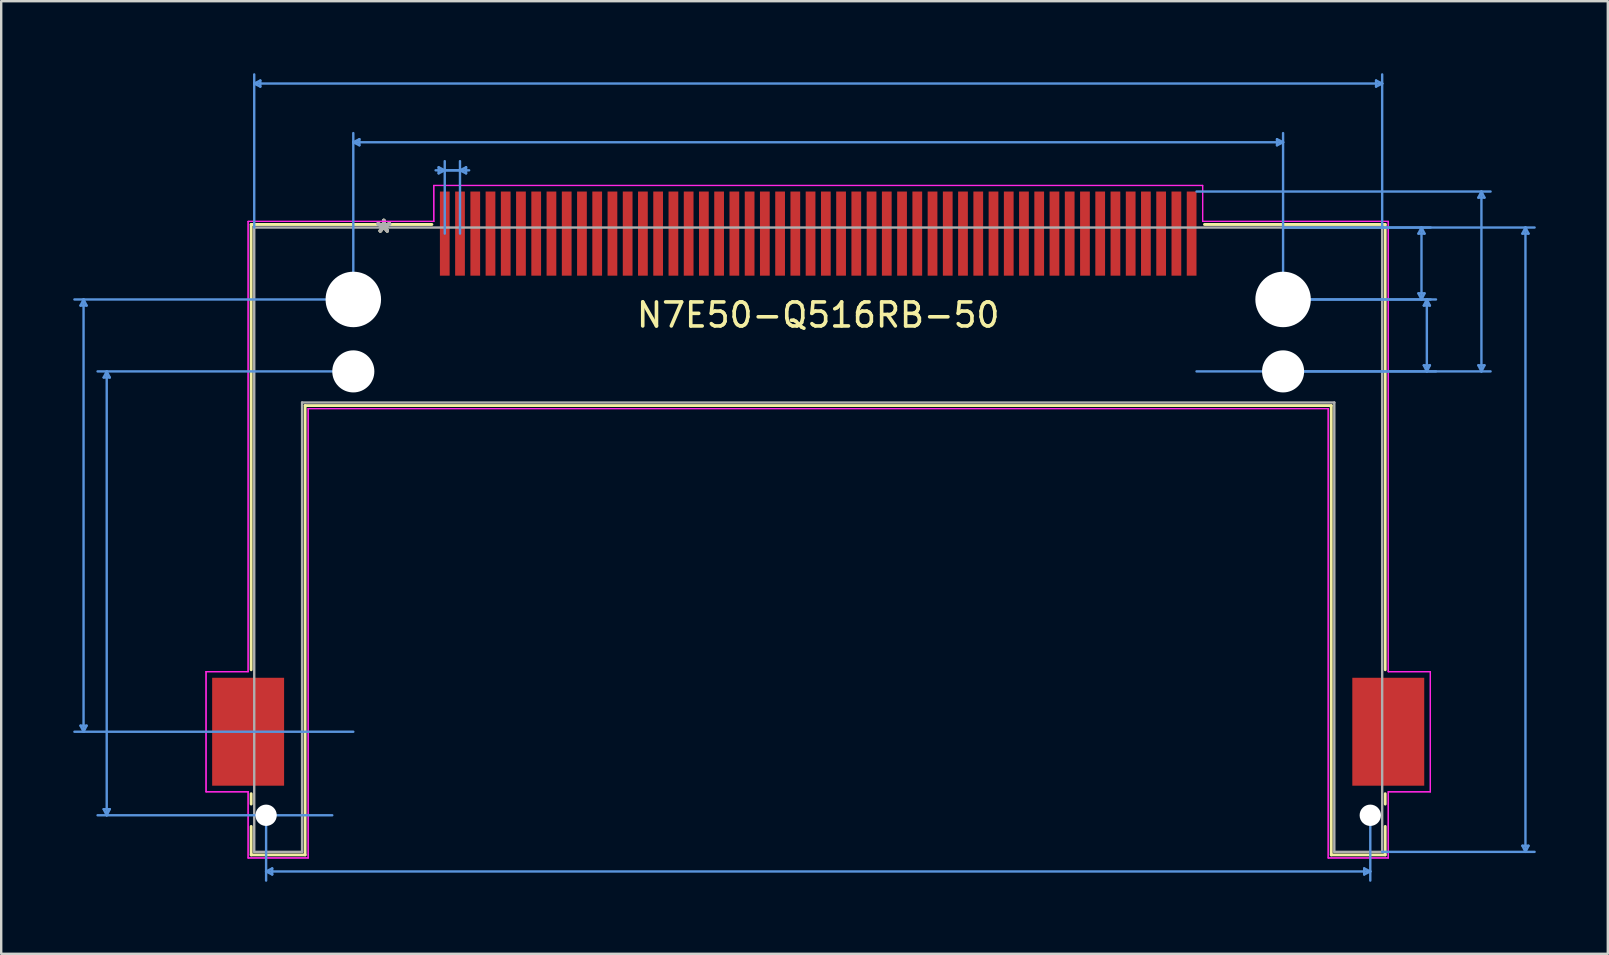
<source format=kicad_pcb>
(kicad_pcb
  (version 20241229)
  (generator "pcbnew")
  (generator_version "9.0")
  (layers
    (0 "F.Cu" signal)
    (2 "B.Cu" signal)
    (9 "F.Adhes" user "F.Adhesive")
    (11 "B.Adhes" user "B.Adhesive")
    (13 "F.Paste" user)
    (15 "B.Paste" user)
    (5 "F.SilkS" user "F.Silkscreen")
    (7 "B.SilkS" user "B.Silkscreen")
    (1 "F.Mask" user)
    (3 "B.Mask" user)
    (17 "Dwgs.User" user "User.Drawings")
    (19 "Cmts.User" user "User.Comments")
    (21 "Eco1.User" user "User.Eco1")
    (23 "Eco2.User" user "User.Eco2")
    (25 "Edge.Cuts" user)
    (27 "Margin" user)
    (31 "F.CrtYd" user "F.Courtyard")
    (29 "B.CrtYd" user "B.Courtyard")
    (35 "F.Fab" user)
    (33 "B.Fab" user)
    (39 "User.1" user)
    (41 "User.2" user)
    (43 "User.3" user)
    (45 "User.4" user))
  (footprint "N7E50-Q516RB-50"
    (layer "F.Cu")
    (at 31.036 10.073)
    (property "Reference" "N7E50-Q516RB-50" (at 0 0 0) (layer "F.SilkS") (effects (font (size 1 1) (thickness 0.15))))
    (attr through_hole)
    (fp_line (start -23.622 -3.772) (end -23.622 14.78) (stroke (width 0.12) (type solid)) (layer "F.SilkS"))
    (fp_line (start -23.622 19.942) (end -23.622 20.375) (stroke (width 0.12) (type solid)) (layer "F.SilkS"))
    (fp_line (start -23.622 21.306) (end -23.622 22.492) (stroke (width 0.12) (type solid)) (layer "F.SilkS"))
    (fp_line (start -23.622 22.492) (end -21.374 22.492) (stroke (width 0.12) (type solid)) (layer "F.SilkS"))
    (fp_line (start -21.374 3.772) (end 21.374 3.772) (stroke (width 0.12) (type solid)) (layer "F.SilkS"))
    (fp_line (start -21.374 22.492) (end -21.374 3.772) (stroke (width 0.12) (type solid)) (layer "F.SilkS"))
    (fp_line (start -16.093 -3.772) (end -23.622 -3.772) (stroke (width 0.12) (type solid)) (layer "F.SilkS"))
    (fp_line (start 21.374 3.772) (end 21.374 22.492) (stroke (width 0.12) (type solid)) (layer "F.SilkS"))
    (fp_line (start 21.374 22.492) (end 23.622 22.492) (stroke (width 0.12) (type solid)) (layer "F.SilkS"))
    (fp_line (start 23.622 -3.772) (end 16.093 -3.772) (stroke (width 0.12) (type solid)) (layer "F.SilkS"))
    (fp_line (start 23.622 14.78) (end 23.622 -3.772) (stroke (width 0.12) (type solid)) (layer "F.SilkS"))
    (fp_line (start 23.622 20.375) (end 23.622 19.942) (stroke (width 0.12) (type solid)) (layer "F.SilkS"))
    (fp_line (start 23.622 22.492) (end 23.622 21.306) (stroke (width 0.12) (type solid)) (layer "F.SilkS"))
    (fp_line (start -30.732 17.107) (end -30.605 17.361) (stroke (width 0.1) (type solid)) (layer "Cmts.User"))
    (fp_line (start -30.732 -0.394) (end -30.605 -0.648) (stroke (width 0.1) (type solid)) (layer "Cmts.User"))
    (fp_line (start -30.732 -0.394) (end -30.478 -0.394) (stroke (width 0.1) (type solid)) (layer "Cmts.User"))
    (fp_line (start -30.605 17.361) (end -30.605 -0.648) (stroke (width 0.1) (type solid)) (layer "Cmts.User"))
    (fp_line (start -30.478 17.107) (end -30.732 17.107) (stroke (width 0.1) (type solid)) (layer "Cmts.User"))
    (fp_line (start -30.478 17.107) (end -30.605 17.361) (stroke (width 0.1) (type solid)) (layer "Cmts.User"))
    (fp_line (start -30.478 -0.394) (end -30.605 -0.648) (stroke (width 0.1) (type solid)) (layer "Cmts.User"))
    (fp_line (start -29.767 20.587) (end -29.64 20.841) (stroke (width 0.1) (type solid)) (layer "Cmts.User"))
    (fp_line (start -29.767 2.603) (end -29.64 2.349) (stroke (width 0.1) (type solid)) (layer "Cmts.User"))
    (fp_line (start -29.767 2.603) (end -29.513 2.603) (stroke (width 0.1) (type solid)) (layer "Cmts.User"))
    (fp_line (start -29.64 2.349) (end -29.64 20.841) (stroke (width 0.1) (type solid)) (layer "Cmts.User"))
    (fp_line (start -29.513 20.587) (end -29.767 20.587) (stroke (width 0.1) (type solid)) (layer "Cmts.User"))
    (fp_line (start -29.513 20.587) (end -29.64 20.841) (stroke (width 0.1) (type solid)) (layer "Cmts.User"))
    (fp_line (start -29.513 2.603) (end -29.64 2.349) (stroke (width 0.1) (type solid)) (layer "Cmts.User"))
    (fp_line (start -23.495 -3.645) (end -23.495 -10.023) (stroke (width 0.1) (type solid)) (layer "Cmts.User"))
    (fp_line (start -23.241 -9.515) (end -23.495 -9.642) (stroke (width 0.1) (type solid)) (layer "Cmts.User"))
    (fp_line (start -23.241 -9.515) (end -23.241 -9.769) (stroke (width 0.1) (type solid)) (layer "Cmts.User"))
    (fp_line (start -23.241 -9.769) (end -23.495 -9.642) (stroke (width 0.1) (type solid)) (layer "Cmts.User"))
    (fp_line (start -23 20.841) (end -23 23.562) (stroke (width 0.1) (type solid)) (layer "Cmts.User"))
    (fp_line (start -22.746 23.054) (end -23 23.181) (stroke (width 0.1) (type solid)) (layer "Cmts.User"))
    (fp_line (start -22.746 23.308) (end -23 23.181) (stroke (width 0.1) (type solid)) (layer "Cmts.User"))
    (fp_line (start -22.746 23.308) (end -22.746 23.054) (stroke (width 0.1) (type solid)) (layer "Cmts.User"))
    (fp_line (start -20.244 2.349) (end -30.021 2.349) (stroke (width 0.1) (type solid)) (layer "Cmts.User"))
    (fp_line (start -20.244 20.841) (end -30.021 20.841) (stroke (width 0.1) (type solid)) (layer "Cmts.User"))
    (fp_line (start -19.368 -7.197) (end 19.367 -7.197) (stroke (width 0.1) (type solid)) (layer "Cmts.User"))
    (fp_line (start -19.367 -0.648) (end -30.986 -0.648) (stroke (width 0.1) (type solid)) (layer "Cmts.User"))
    (fp_line (start -19.367 -0.648) (end -19.368 -7.578) (stroke (width 0.1) (type solid)) (layer "Cmts.User"))
    (fp_line (start -19.367 17.361) (end -30.986 17.361) (stroke (width 0.1) (type solid)) (layer "Cmts.User"))
    (fp_line (start -19.114 -7.07) (end -19.368 -7.197) (stroke (width 0.1) (type solid)) (layer "Cmts.User"))
    (fp_line (start -19.114 -7.07) (end -19.114 -7.324) (stroke (width 0.1) (type solid)) (layer "Cmts.User"))
    (fp_line (start -19.114 -7.324) (end -19.368 -7.197) (stroke (width 0.1) (type solid)) (layer "Cmts.User"))
    (fp_line (start -15.939 -6.028) (end -14.923 -6.028) (stroke (width 0.1) (type solid)) (layer "Cmts.User"))
    (fp_line (start -15.812 -5.901) (end -15.558 -6.028) (stroke (width 0.1) (type solid)) (layer "Cmts.User"))
    (fp_line (start -15.812 -6.155) (end -15.812 -5.901) (stroke (width 0.1) (type solid)) (layer "Cmts.User"))
    (fp_line (start -15.812 -6.155) (end -15.558 -6.028) (stroke (width 0.1) (type solid)) (layer "Cmts.User"))
    (fp_line (start -15.557 -3.391) (end -15.558 -6.409) (stroke (width 0.1) (type solid)) (layer "Cmts.User"))
    (fp_line (start -14.922 -3.391) (end -14.923 -6.409) (stroke (width 0.1) (type solid)) (layer "Cmts.User"))
    (fp_line (start -14.669 -6.155) (end -14.923 -6.028) (stroke (width 0.1) (type solid)) (layer "Cmts.User"))
    (fp_line (start -14.669 -5.901) (end -14.923 -6.028) (stroke (width 0.1) (type solid)) (layer "Cmts.User"))
    (fp_line (start -14.669 -5.901) (end -14.669 -6.155) (stroke (width 0.1) (type solid)) (layer "Cmts.User"))
    (fp_line (start -14.542 -6.028) (end -15.558 -6.028) (stroke (width 0.1) (type solid)) (layer "Cmts.User"))
    (fp_line (start 15.761 -5.144) (end 28.011 -5.144) (stroke (width 0.1) (type solid)) (layer "Cmts.User"))
    (fp_line (start 15.761 2.349) (end 28.011 2.349) (stroke (width 0.1) (type solid)) (layer "Cmts.User"))
    (fp_line (start 19.113 -7.07) (end 19.367 -7.197) (stroke (width 0.1) (type solid)) (layer "Cmts.User"))
    (fp_line (start 19.113 -7.324) (end 19.113 -7.07) (stroke (width 0.1) (type solid)) (layer "Cmts.User"))
    (fp_line (start 19.113 -7.324) (end 19.367 -7.197) (stroke (width 0.1) (type solid)) (layer "Cmts.User"))
    (fp_line (start 19.367 -3.645) (end 25.514 -3.645) (stroke (width 0.1) (type solid)) (layer "Cmts.User"))
    (fp_line (start 19.367 -0.648) (end 19.367 -7.578) (stroke (width 0.1) (type solid)) (layer "Cmts.User"))
    (fp_line (start 19.367 -0.648) (end 25.514 -0.648) (stroke (width 0.1) (type solid)) (layer "Cmts.User"))
    (fp_line (start 19.367 -0.648) (end 25.737 -0.648) (stroke (width 0.1) (type solid)) (layer "Cmts.User"))
    (fp_line (start 19.367 2.349) (end 25.737 2.349) (stroke (width 0.1) (type solid)) (layer "Cmts.User"))
    (fp_line (start 22.746 23.054) (end 22.746 23.308) (stroke (width 0.1) (type solid)) (layer "Cmts.User"))
    (fp_line (start 22.746 23.054) (end 23 23.181) (stroke (width 0.1) (type solid)) (layer "Cmts.User"))
    (fp_line (start 22.746 23.308) (end 23 23.181) (stroke (width 0.1) (type solid)) (layer "Cmts.User"))
    (fp_line (start 23 23.181) (end -23 23.181) (stroke (width 0.1) (type solid)) (layer "Cmts.User"))
    (fp_line (start 23 20.841) (end 23 23.562) (stroke (width 0.1) (type solid)) (layer "Cmts.User"))
    (fp_line (start 23.241 -9.515) (end 23.495 -9.642) (stroke (width 0.1) (type solid)) (layer "Cmts.User"))
    (fp_line (start 23.241 -9.769) (end 23.241 -9.515) (stroke (width 0.1) (type solid)) (layer "Cmts.User"))
    (fp_line (start 23.241 -9.769) (end 23.495 -9.642) (stroke (width 0.1) (type solid)) (layer "Cmts.User"))
    (fp_line (start 23.495 -9.642) (end -23.495 -9.642) (stroke (width 0.1) (type solid)) (layer "Cmts.User"))
    (fp_line (start 23.495 -3.645) (end 23.495 -10.023) (stroke (width 0.1) (type solid)) (layer "Cmts.User"))
    (fp_line (start 23.495 -3.645) (end 29.845 -3.645) (stroke (width 0.1) (type solid)) (layer "Cmts.User"))
    (fp_line (start 23.495 22.365) (end 29.845 22.365) (stroke (width 0.1) (type solid)) (layer "Cmts.User"))
    (fp_line (start 25.006 -0.902) (end 25.133 -0.648) (stroke (width 0.1) (type solid)) (layer "Cmts.User"))
    (fp_line (start 25.006 -3.391) (end 25.133 -3.645) (stroke (width 0.1) (type solid)) (layer "Cmts.User"))
    (fp_line (start 25.006 -3.391) (end 25.26 -3.391) (stroke (width 0.1) (type solid)) (layer "Cmts.User"))
    (fp_line (start 25.133 -0.648) (end 25.133 -3.645) (stroke (width 0.1) (type solid)) (layer "Cmts.User"))
    (fp_line (start 25.229 2.096) (end 25.356 2.349) (stroke (width 0.1) (type solid)) (layer "Cmts.User"))
    (fp_line (start 25.229 -0.394) (end 25.356 -0.648) (stroke (width 0.1) (type solid)) (layer "Cmts.User"))
    (fp_line (start 25.229 -0.394) (end 25.483 -0.394) (stroke (width 0.1) (type solid)) (layer "Cmts.User"))
    (fp_line (start 25.26 -0.902) (end 25.006 -0.902) (stroke (width 0.1) (type solid)) (layer "Cmts.User"))
    (fp_line (start 25.26 -0.902) (end 25.133 -0.648) (stroke (width 0.1) (type solid)) (layer "Cmts.User"))
    (fp_line (start 25.26 -3.391) (end 25.133 -3.645) (stroke (width 0.1) (type solid)) (layer "Cmts.User"))
    (fp_line (start 25.356 -0.648) (end 25.356 2.349) (stroke (width 0.1) (type solid)) (layer "Cmts.User"))
    (fp_line (start 25.483 2.096) (end 25.229 2.096) (stroke (width 0.1) (type solid)) (layer "Cmts.User"))
    (fp_line (start 25.483 2.096) (end 25.356 2.349) (stroke (width 0.1) (type solid)) (layer "Cmts.User"))
    (fp_line (start 25.483 -0.394) (end 25.356 -0.648) (stroke (width 0.1) (type solid)) (layer "Cmts.User"))
    (fp_line (start 27.503 2.096) (end 27.63 2.349) (stroke (width 0.1) (type solid)) (layer "Cmts.User"))
    (fp_line (start 27.503 -4.89) (end 27.63 -5.144) (stroke (width 0.1) (type solid)) (layer "Cmts.User"))
    (fp_line (start 27.503 -4.89) (end 27.757 -4.89) (stroke (width 0.1) (type solid)) (layer "Cmts.User"))
    (fp_line (start 27.63 -5.144) (end 27.63 2.349) (stroke (width 0.1) (type solid)) (layer "Cmts.User"))
    (fp_line (start 27.757 2.096) (end 27.503 2.096) (stroke (width 0.1) (type solid)) (layer "Cmts.User"))
    (fp_line (start 27.757 2.096) (end 27.63 2.349) (stroke (width 0.1) (type solid)) (layer "Cmts.User"))
    (fp_line (start 27.757 -4.89) (end 27.63 -5.144) (stroke (width 0.1) (type solid)) (layer "Cmts.User"))
    (fp_line (start 29.337 22.111) (end 29.464 22.365) (stroke (width 0.1) (type solid)) (layer "Cmts.User"))
    (fp_line (start 29.337 -3.391) (end 29.464 -3.645) (stroke (width 0.1) (type solid)) (layer "Cmts.User"))
    (fp_line (start 29.337 -3.391) (end 29.591 -3.391) (stroke (width 0.1) (type solid)) (layer "Cmts.User"))
    (fp_line (start 29.464 -3.645) (end 29.464 22.365) (stroke (width 0.1) (type solid)) (layer "Cmts.User"))
    (fp_line (start 29.591 22.111) (end 29.337 22.111) (stroke (width 0.1) (type solid)) (layer "Cmts.User"))
    (fp_line (start 29.591 22.111) (end 29.464 22.365) (stroke (width 0.1) (type solid)) (layer "Cmts.User"))
    (fp_line (start 29.591 -3.391) (end 29.464 -3.645) (stroke (width 0.1) (type solid)) (layer "Cmts.User"))
    (fp_line (start -25.502 14.859) (end -25.502 19.863) (stroke (width 0.05) (type solid)) (layer "F.CrtYd"))
    (fp_line (start -25.502 14.859) (end -25.502 19.863) (stroke (width 0.05) (type solid)) (layer "F.CrtYd"))
    (fp_line (start -25.502 19.863) (end -23.749 19.863) (stroke (width 0.05) (type solid)) (layer "F.CrtYd"))
    (fp_line (start -25.502 19.863) (end -23.749 19.863) (stroke (width 0.05) (type solid)) (layer "F.CrtYd"))
    (fp_line (start -23.749 -3.899) (end -23.749 14.859) (stroke (width 0.05) (type solid)) (layer "F.CrtYd"))
    (fp_line (start -23.749 -3.899) (end -23.749 14.859) (stroke (width 0.05) (type solid)) (layer "F.CrtYd"))
    (fp_line (start -23.749 14.859) (end -25.502 14.859) (stroke (width 0.05) (type solid)) (layer "F.CrtYd"))
    (fp_line (start -23.749 14.859) (end -25.502 14.859) (stroke (width 0.05) (type solid)) (layer "F.CrtYd"))
    (fp_line (start -23.749 19.863) (end -23.749 22.619) (stroke (width 0.05) (type solid)) (layer "F.CrtYd"))
    (fp_line (start -23.749 19.863) (end -23.749 22.619) (stroke (width 0.05) (type solid)) (layer "F.CrtYd"))
    (fp_line (start -23.749 22.619) (end -21.247 22.619) (stroke (width 0.05) (type solid)) (layer "F.CrtYd"))
    (fp_line (start -23.749 22.619) (end -21.247 22.619) (stroke (width 0.05) (type solid)) (layer "F.CrtYd"))
    (fp_line (start -21.247 3.899) (end 21.247 3.899) (stroke (width 0.05) (type solid)) (layer "F.CrtYd"))
    (fp_line (start -21.247 3.899) (end 21.247 3.899) (stroke (width 0.05) (type solid)) (layer "F.CrtYd"))
    (fp_line (start -21.247 22.619) (end -21.247 3.899) (stroke (width 0.05) (type solid)) (layer "F.CrtYd"))
    (fp_line (start -21.247 22.619) (end -21.247 3.899) (stroke (width 0.05) (type solid)) (layer "F.CrtYd"))
    (fp_line (start -16.015 -5.397) (end -16.015 -3.899) (stroke (width 0.05) (type solid)) (layer "F.CrtYd"))
    (fp_line (start -16.015 -5.397) (end -16.015 -3.899) (stroke (width 0.05) (type solid)) (layer "F.CrtYd"))
    (fp_line (start -16.015 -3.899) (end -23.749 -3.899) (stroke (width 0.05) (type solid)) (layer "F.CrtYd"))
    (fp_line (start -16.015 -3.899) (end -23.749 -3.899) (stroke (width 0.05) (type solid)) (layer "F.CrtYd"))
    (fp_line (start 16.015 -5.397) (end -16.015 -5.397) (stroke (width 0.05) (type solid)) (layer "F.CrtYd"))
    (fp_line (start 16.015 -5.397) (end -16.015 -5.397) (stroke (width 0.05) (type solid)) (layer "F.CrtYd"))
    (fp_line (start 16.015 -3.899) (end 16.015 -5.397) (stroke (width 0.05) (type solid)) (layer "F.CrtYd"))
    (fp_line (start 16.015 -3.899) (end 16.015 -5.397) (stroke (width 0.05) (type solid)) (layer "F.CrtYd"))
    (fp_line (start 21.247 3.899) (end 21.247 22.619) (stroke (width 0.05) (type solid)) (layer "F.CrtYd"))
    (fp_line (start 21.247 3.899) (end 21.247 22.619) (stroke (width 0.05) (type solid)) (layer "F.CrtYd"))
    (fp_line (start 21.247 22.619) (end 23.749 22.619) (stroke (width 0.05) (type solid)) (layer "F.CrtYd"))
    (fp_line (start 21.247 22.619) (end 23.749 22.619) (stroke (width 0.05) (type solid)) (layer "F.CrtYd"))
    (fp_line (start 23.749 -3.899) (end 16.015 -3.899) (stroke (width 0.05) (type solid)) (layer "F.CrtYd"))
    (fp_line (start 23.749 -3.899) (end 16.015 -3.899) (stroke (width 0.05) (type solid)) (layer "F.CrtYd"))
    (fp_line (start 23.749 14.859) (end 23.749 -3.899) (stroke (width 0.05) (type solid)) (layer "F.CrtYd"))
    (fp_line (start 23.749 14.859) (end 23.749 -3.899) (stroke (width 0.05) (type solid)) (layer "F.CrtYd"))
    (fp_line (start 23.749 19.863) (end 25.502 19.863) (stroke (width 0.05) (type solid)) (layer "F.CrtYd"))
    (fp_line (start 23.749 19.863) (end 25.502 19.863) (stroke (width 0.05) (type solid)) (layer "F.CrtYd"))
    (fp_line (start 23.749 22.619) (end 23.749 19.863) (stroke (width 0.05) (type solid)) (layer "F.CrtYd"))
    (fp_line (start 23.749 22.619) (end 23.749 19.863) (stroke (width 0.05) (type solid)) (layer "F.CrtYd"))
    (fp_line (start 25.502 14.859) (end 23.749 14.859) (stroke (width 0.05) (type solid)) (layer "F.CrtYd"))
    (fp_line (start 25.502 14.859) (end 23.749 14.859) (stroke (width 0.05) (type solid)) (layer "F.CrtYd"))
    (fp_line (start 25.502 19.863) (end 25.502 14.859) (stroke (width 0.05) (type solid)) (layer "F.CrtYd"))
    (fp_line (start 25.502 19.863) (end 25.502 14.859) (stroke (width 0.05) (type solid)) (layer "F.CrtYd"))
    (fp_line (start -23.495 -3.645) (end -23.495 22.365) (stroke (width 0.1) (type solid)) (layer "F.Fab"))
    (fp_line (start -23.495 22.365) (end -21.501 22.365) (stroke (width 0.1) (type solid)) (layer "F.Fab"))
    (fp_line (start -21.501 3.645) (end 21.501 3.645) (stroke (width 0.1) (type solid)) (layer "F.Fab"))
    (fp_line (start -21.501 22.365) (end -21.501 3.645) (stroke (width 0.1) (type solid)) (layer "F.Fab"))
    (fp_line (start 21.501 22.365) (end 21.501 3.645) (stroke (width 0.1) (type solid)) (layer "F.Fab"))
    (fp_line (start 21.501 22.365) (end 23.495 22.365) (stroke (width 0.1) (type solid)) (layer "F.Fab"))
    (fp_line (start 23.495 -3.645) (end -23.495 -3.645) (stroke (width 0.1) (type solid)) (layer "F.Fab"))
    (fp_line (start 23.495 22.365) (end 23.495 -3.645) (stroke (width 0.1) (type solid)) (layer "F.Fab"))
    (fp_text user "*" (at -18.098 -3.391 0) (layer "F.SilkS") (effects (font (size 1 1) (thickness 0.15))))
    (fp_text user "*" (at -18.098 -3.391 0) (layer "F.SilkS") (effects (font (size 1 1) (thickness 0.15))))
    (fp_text user "Copyright 2021 Accelerated Designs. All rights reserved." (at 0 0 0) (layer "Cmts.User") (effects (font (size 0.127 0.127) (thickness 0.002))))
    (fp_text user "*" (at -18.098 -3.391 0) (layer "F.Fab") (effects (font (size 1 1) (thickness 0.15))))
    (fp_text user "*" (at -18.098 -3.391 0) (layer "F.Fab") (effects (font (size 1 1) (thickness 0.15))))
    (pad "" np_thru_hole circle (at -23 20.841) (size 0.889 0.889) (drill 0.889) (layers "*.Cu" "*.Mask"))
    (pad "" np_thru_hole circle (at -19.367 -0.648) (size 2.311 2.311) (drill 2.311) (layers "*.Cu" "*.Mask"))
    (pad "" np_thru_hole circle (at -19.367 2.349) (size 1.753 1.753) (drill 1.753) (layers "*.Cu" "*.Mask"))
    (pad "" np_thru_hole circle (at 19.367 -0.648) (size 2.311 2.311) (drill 2.311) (layers "*.Cu" "*.Mask"))
    (pad "" np_thru_hole circle (at 19.367 2.349) (size 1.753 1.753) (drill 1.753) (layers "*.Cu" "*.Mask"))
    (pad "" np_thru_hole circle (at 23 20.841) (size 0.889 0.889) (drill 0.889) (layers "*.Cu" "*.Mask"))
    (pad "1" smd rect (at -15.557 -3.391) (size 0.406 3.505) (layers "F.Cu" "F.Mask" "F.Paste"))
    (pad "2" smd rect (at -14.287 -3.391) (size 0.406 3.505) (layers "F.Cu" "F.Mask" "F.Paste"))
    (pad "3" smd rect (at -13.018 -3.391) (size 0.406 3.505) (layers "F.Cu" "F.Mask" "F.Paste"))
    (pad "4" smd rect (at -11.748 -3.391) (size 0.406 3.505) (layers "F.Cu" "F.Mask" "F.Paste"))
    (pad "5" smd rect (at -10.477 -3.391) (size 0.406 3.505) (layers "F.Cu" "F.Mask" "F.Paste"))
    (pad "6" smd rect (at -9.207 -3.391) (size 0.406 3.505) (layers "F.Cu" "F.Mask" "F.Paste"))
    (pad "7" smd rect (at -7.938 -3.391) (size 0.406 3.505) (layers "F.Cu" "F.Mask" "F.Paste"))
    (pad "8" smd rect (at -6.668 -3.391) (size 0.406 3.505) (layers "F.Cu" "F.Mask" "F.Paste"))
    (pad "9" smd rect (at -5.397 -3.391) (size 0.406 3.505) (layers "F.Cu" "F.Mask" "F.Paste"))
    (pad "10" smd rect (at -4.128 -3.391) (size 0.406 3.505) (layers "F.Cu" "F.Mask" "F.Paste"))
    (pad "11" smd rect (at -2.857 -3.391) (size 0.406 3.505) (layers "F.Cu" "F.Mask" "F.Paste"))
    (pad "12" smd rect (at -1.587 -3.391) (size 0.406 3.505) (layers "F.Cu" "F.Mask" "F.Paste"))
    (pad "13" smd rect (at -0.318 -3.391) (size 0.406 3.505) (layers "F.Cu" "F.Mask" "F.Paste"))
    (pad "14" smd rect (at 0.953 -3.391) (size 0.406 3.505) (layers "F.Cu" "F.Mask" "F.Paste"))
    (pad "15" smd rect (at 2.223 -3.391) (size 0.406 3.505) (layers "F.Cu" "F.Mask" "F.Paste"))
    (pad "16" smd rect (at 3.493 -3.391) (size 0.406 3.505) (layers "F.Cu" "F.Mask" "F.Paste"))
    (pad "17" smd rect (at 4.763 -3.391) (size 0.406 3.505) (layers "F.Cu" "F.Mask" "F.Paste"))
    (pad "18" smd rect (at 6.032 -3.391) (size 0.406 3.505) (layers "F.Cu" "F.Mask" "F.Paste"))
    (pad "19" smd rect (at 7.303 -3.391) (size 0.406 3.505) (layers "F.Cu" "F.Mask" "F.Paste"))
    (pad "20" smd rect (at 8.572 -3.391) (size 0.406 3.505) (layers "F.Cu" "F.Mask" "F.Paste"))
    (pad "21" smd rect (at 9.842 -3.391) (size 0.406 3.505) (layers "F.Cu" "F.Mask" "F.Paste"))
    (pad "22" smd rect (at 11.113 -3.391) (size 0.406 3.505) (layers "F.Cu" "F.Mask" "F.Paste"))
    (pad "23" smd rect (at 12.383 -3.391) (size 0.406 3.505) (layers "F.Cu" "F.Mask" "F.Paste"))
    (pad "24" smd rect (at 13.652 -3.391) (size 0.406 3.505) (layers "F.Cu" "F.Mask" "F.Paste"))
    (pad "25" smd rect (at 14.922 -3.391) (size 0.406 3.505) (layers "F.Cu" "F.Mask" "F.Paste"))
    (pad "26" smd rect (at -14.922 -3.391) (size 0.406 3.505) (layers "F.Cu" "F.Mask" "F.Paste"))
    (pad "27" smd rect (at -13.652 -3.391) (size 0.406 3.505) (layers "F.Cu" "F.Mask" "F.Paste"))
    (pad "28" smd rect (at -12.383 -3.391) (size 0.406 3.505) (layers "F.Cu" "F.Mask" "F.Paste"))
    (pad "29" smd rect (at -11.113 -3.391) (size 0.406 3.505) (layers "F.Cu" "F.Mask" "F.Paste"))
    (pad "30" smd rect (at -9.842 -3.391) (size 0.406 3.505) (layers "F.Cu" "F.Mask" "F.Paste"))
    (pad "31" smd rect (at -8.572 -3.391) (size 0.406 3.505) (layers "F.Cu" "F.Mask" "F.Paste"))
    (pad "32" smd rect (at -7.303 -3.391) (size 0.406 3.505) (layers "F.Cu" "F.Mask" "F.Paste"))
    (pad "33" smd rect (at -6.032 -3.391) (size 0.406 3.505) (layers "F.Cu" "F.Mask" "F.Paste"))
    (pad "34" smd rect (at -4.763 -3.391) (size 0.406 3.505) (layers "F.Cu" "F.Mask" "F.Paste"))
    (pad "35" smd rect (at -3.493 -3.391) (size 0.406 3.505) (layers "F.Cu" "F.Mask" "F.Paste"))
    (pad "36" smd rect (at -2.223 -3.391) (size 0.406 3.505) (layers "F.Cu" "F.Mask" "F.Paste"))
    (pad "37" smd rect (at -0.953 -3.391) (size 0.406 3.505) (layers "F.Cu" "F.Mask" "F.Paste"))
    (pad "38" smd rect (at 0.318 -3.391) (size 0.406 3.505) (layers "F.Cu" "F.Mask" "F.Paste"))
    (pad "39" smd rect (at 1.587 -3.391) (size 0.406 3.505) (layers "F.Cu" "F.Mask" "F.Paste"))
    (pad "40" smd rect (at 2.857 -3.391) (size 0.406 3.505) (layers "F.Cu" "F.Mask" "F.Paste"))
    (pad "41" smd rect (at 4.128 -3.391) (size 0.406 3.505) (layers "F.Cu" "F.Mask" "F.Paste"))
    (pad "42" smd rect (at 5.397 -3.391) (size 0.406 3.505) (layers "F.Cu" "F.Mask" "F.Paste"))
    (pad "43" smd rect (at 6.668 -3.391) (size 0.406 3.505) (layers "F.Cu" "F.Mask" "F.Paste"))
    (pad "44" smd rect (at 7.938 -3.391) (size 0.406 3.505) (layers "F.Cu" "F.Mask" "F.Paste"))
    (pad "45" smd rect (at 9.207 -3.391) (size 0.406 3.505) (layers "F.Cu" "F.Mask" "F.Paste"))
    (pad "46" smd rect (at 10.477 -3.391) (size 0.406 3.505) (layers "F.Cu" "F.Mask" "F.Paste"))
    (pad "47" smd rect (at 11.748 -3.391) (size 0.406 3.505) (layers "F.Cu" "F.Mask" "F.Paste"))
    (pad "48" smd rect (at 13.018 -3.391) (size 0.406 3.505) (layers "F.Cu" "F.Mask" "F.Paste"))
    (pad "49" smd rect (at 14.287 -3.391) (size 0.406 3.505) (layers "F.Cu" "F.Mask" "F.Paste"))
    (pad "50" smd rect (at 15.557 -3.391) (size 0.406 3.505) (layers "F.Cu" "F.Mask" "F.Paste"))
    (pad "51" smd rect (at -23.749 17.361) (size 2.997 4.496) (layers "F.Cu" "F.Mask" "F.Paste"))
    (pad "52" smd rect (at 23.749 17.361) (size 2.997 4.496) (layers "F.Cu" "F.Mask" "F.Paste")))
  (gr_rect
    (start -3 -3)
    (end 63.931 36.685)
    (stroke (width 0.1) (type default))
    (fill no)
    (layer "Edge.Cuts")))
</source>
